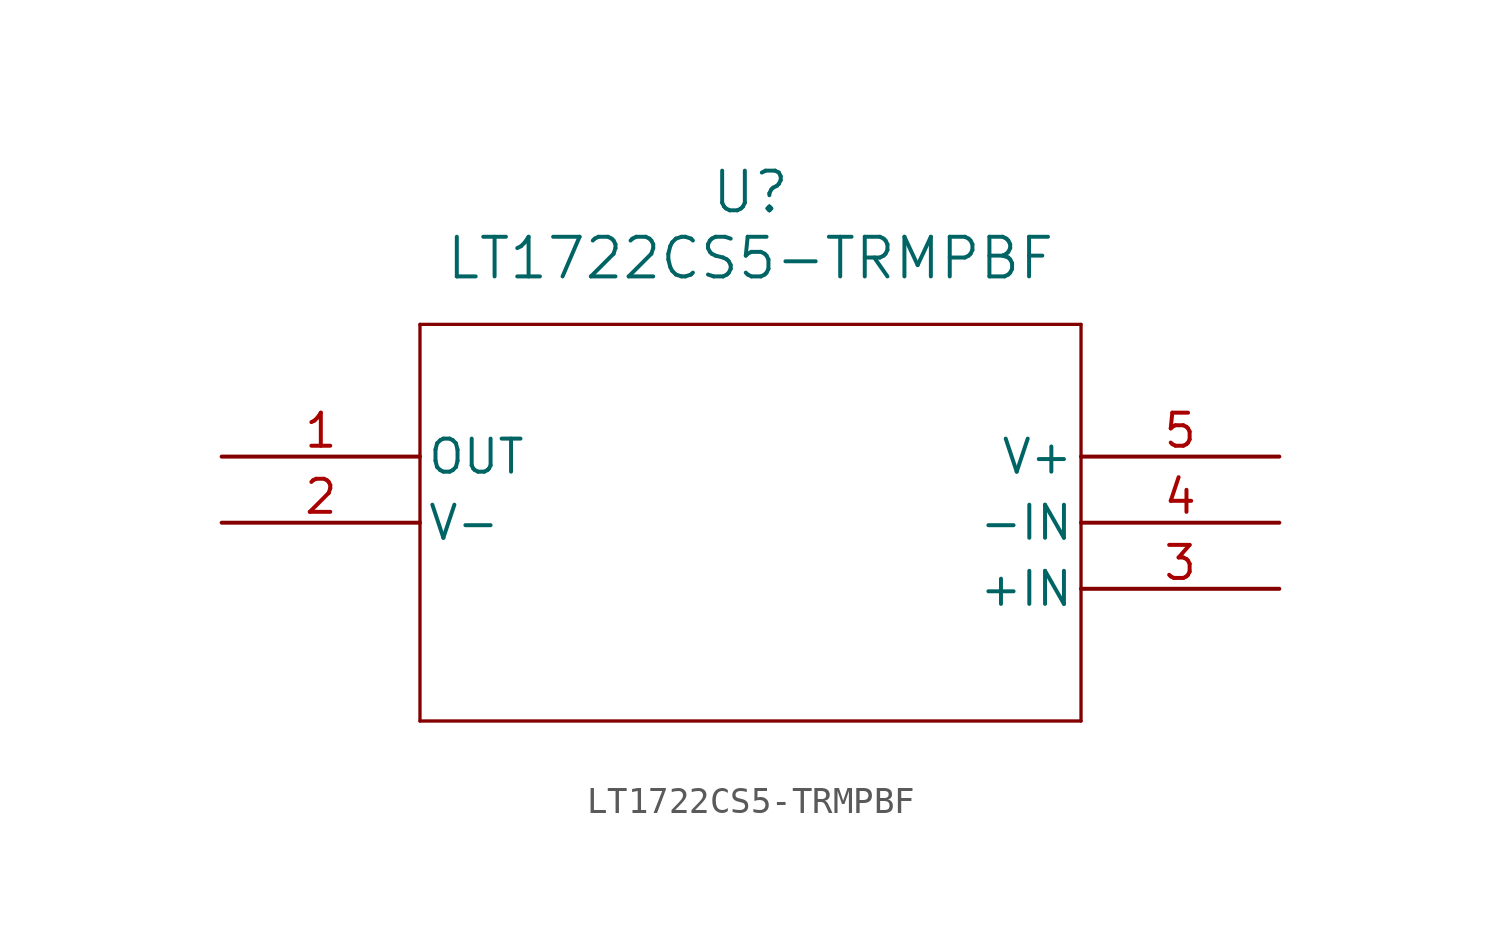
<source format=kicad_sym>
(kicad_symbol_lib
  (version 20211014)
  (generator kicad_symbol_editor)
  (symbol "LT1722CS5-TRMPBF"
    (pin_names
      (offset 0.254))
    (property "Reference" "U"
      (at 20.32 10.16 0)
      (effects (font (size 1.524 1.524))))
    (property "Value" "LT1722CS5-TRMPBF"
      (at 20.32 7.62 0)
      (effects (font (size 1.524 1.524))))
    (symbol "LT1722CS5-TRMPBF_0_1"
      (polyline (pts (xy 7.62 5.08) (xy 7.62 -10.16)) (stroke (width 0.127) (type default) (color 0 0 0 0)) (fill (type none)))
      (polyline (pts (xy 7.62 -10.16) (xy 33.02 -10.16)) (stroke (width 0.127) (type default) (color 0 0 0 0)) (fill (type none)))
      (polyline (pts (xy 33.02 -10.16) (xy 33.02 5.08)) (stroke (width 0.127) (type default) (color 0 0 0 0)) (fill (type none)))
      (polyline (pts (xy 33.02 5.08) (xy 7.62 5.08)) (stroke (width 0.127) (type default) (color 0 0 0 0)) (fill (type none)))
      (pin output line (at 0 0 0) (length 7.62) (name "OUT" (effects (font (size 1.27 1.27)))) (number "1" (effects (font (size 1.27 1.27)))))
      (pin power_in line (at 0 -2.54 0) (length 7.62) (name "V-" (effects (font (size 1.27 1.27)))) (number "2" (effects (font (size 1.27 1.27)))))
      (pin input line (at 40.64 -5.08 180) (length 7.62) (name "+IN" (effects (font (size 1.27 1.27)))) (number "3" (effects (font (size 1.27 1.27)))))
      (pin input line (at 40.64 -2.54 180) (length 7.62) (name "-IN" (effects (font (size 1.27 1.27)))) (number "4" (effects (font (size 1.27 1.27)))))
      (pin power_in line (at 40.64 0 180) (length 7.62) (name "V+" (effects (font (size 1.27 1.27)))) (number "5" (effects (font (size 1.27 1.27))))))))
</source>
